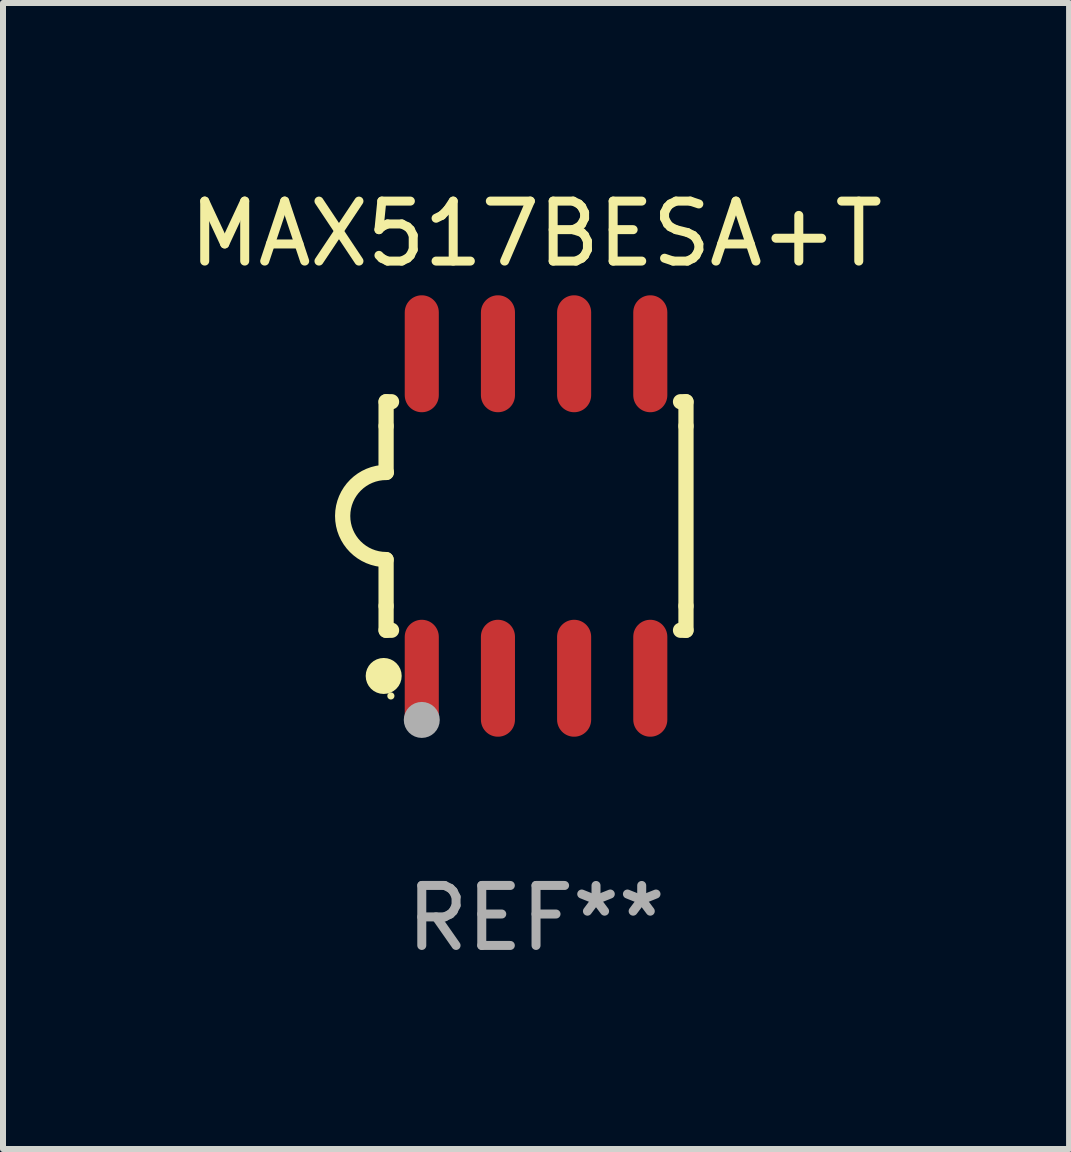
<source format=kicad_pcb>
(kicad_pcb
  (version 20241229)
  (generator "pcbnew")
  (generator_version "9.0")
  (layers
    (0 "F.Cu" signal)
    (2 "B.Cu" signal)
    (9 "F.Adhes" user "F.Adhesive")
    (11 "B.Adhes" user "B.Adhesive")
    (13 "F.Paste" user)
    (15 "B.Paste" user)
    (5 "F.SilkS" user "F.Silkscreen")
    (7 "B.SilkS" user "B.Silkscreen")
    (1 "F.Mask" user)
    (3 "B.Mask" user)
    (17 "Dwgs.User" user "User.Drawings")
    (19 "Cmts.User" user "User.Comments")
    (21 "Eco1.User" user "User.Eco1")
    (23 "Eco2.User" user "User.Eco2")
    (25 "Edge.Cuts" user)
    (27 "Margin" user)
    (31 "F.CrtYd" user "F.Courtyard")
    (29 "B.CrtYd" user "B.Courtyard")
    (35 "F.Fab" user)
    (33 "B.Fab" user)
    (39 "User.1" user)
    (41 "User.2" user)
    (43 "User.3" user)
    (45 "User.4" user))
  (footprint "MAX517BESA+T"
    (layer "F.Cu")
    (at 5.887 5.553)
    (property "Reference" "MAX517BESA+T" (at 0 -4.705 0) (layer "F.SilkS") (effects (font (size 1 1) (thickness 0.15))))
    (attr through_hole)
    (fp_line (start -2.5 -1.905) (end -2.409 -1.905) (stroke (width 0.254) (type solid)) (layer "F.SilkS"))
    (fp_line (start -2.5 -1.5) (end -2.5 -1.905) (stroke (width 0.254) (type solid)) (layer "F.SilkS"))
    (fp_line (start -2.5 -1.5) (end -2.5 -0.726) (stroke (width 0.254) (type solid)) (layer "F.SilkS"))
    (fp_line (start -2.5 1.5) (end -2.5 0.727) (stroke (width 0.254) (type solid)) (layer "F.SilkS"))
    (fp_line (start -2.5 1.5) (end -2.5 1.905) (stroke (width 0.254) (type solid)) (layer "F.SilkS"))
    (fp_line (start -2.5 1.905) (end -2.409 1.905) (stroke (width 0.254) (type solid)) (layer "F.SilkS"))
    (fp_line (start 2.5 -1.905) (end 2.409 -1.905) (stroke (width 0.254) (type solid)) (layer "F.SilkS"))
    (fp_line (start 2.5 -1.5) (end 2.5 -1.905) (stroke (width 0.254) (type solid)) (layer "F.SilkS"))
    (fp_line (start 2.5 -1.5) (end 2.5 1.5) (stroke (width 0.254) (type solid)) (layer "F.SilkS"))
    (fp_line (start 2.5 1.5) (end 2.5 1.905) (stroke (width 0.254) (type solid)) (layer "F.SilkS"))
    (fp_line (start 2.5 1.905) (end 2.409 1.905) (stroke (width 0.254) (type solid)) (layer "F.SilkS"))
    (fp_arc (start -2.5 0.726568) (mid -3.220316 -0.0023) (end -2.495097 -0.726289) (stroke (width 0.254001) (type solid)) (layer "F.SilkS"))
    (fp_circle (center -2.54 2.667) (end -2.39 2.667) (stroke (width 0.3) (type solid)) (fill no) (layer "F.SilkS"))
    (fp_circle (center -2.42 3) (end -2.39 3) (stroke (width 0.06) (type solid)) (fill no) (layer "F.SilkS"))
    (fp_circle (center -1.905 3.4) (end -1.755 3.4) (stroke (width 0.3) (type solid)) (fill no) (layer "F.Fab"))
    (fp_text user "REF**" (at 0 6.705 0) (layer "F.Fab") (effects (font (size 1 1) (thickness 0.15))))
    (pad "1" smd oval (at -1.905 2.705) (size 0.568 1.95) (layers "F.Cu" "F.Mask" "F.Paste"))
    (pad "2" smd oval (at -0.635 2.705) (size 0.568 1.95) (layers "F.Cu" "F.Mask" "F.Paste"))
    (pad "3" smd oval (at 0.635 2.705) (size 0.568 1.95) (layers "F.Cu" "F.Mask" "F.Paste"))
    (pad "4" smd oval (at 1.905 2.705) (size 0.568 1.95) (layers "F.Cu" "F.Mask" "F.Paste"))
    (pad "5" smd oval (at 1.905 -2.705) (size 0.568 1.95) (layers "F.Cu" "F.Mask" "F.Paste"))
    (pad "6" smd oval (at 0.635 -2.705) (size 0.568 1.95) (layers "F.Cu" "F.Mask" "F.Paste"))
    (pad "7" smd oval (at -0.635 -2.705) (size 0.568 1.95) (layers "F.Cu" "F.Mask" "F.Paste"))
    (pad "8" smd oval (at -1.905 -2.705) (size 0.568 1.95) (layers "F.Cu" "F.Mask" "F.Paste")))
  (gr_rect
    (start -3 -3)
    (end 14.774 16.107)
    (stroke (width 0.1) (type default))
    (fill no)
    (layer "Edge.Cuts")))
</source>
